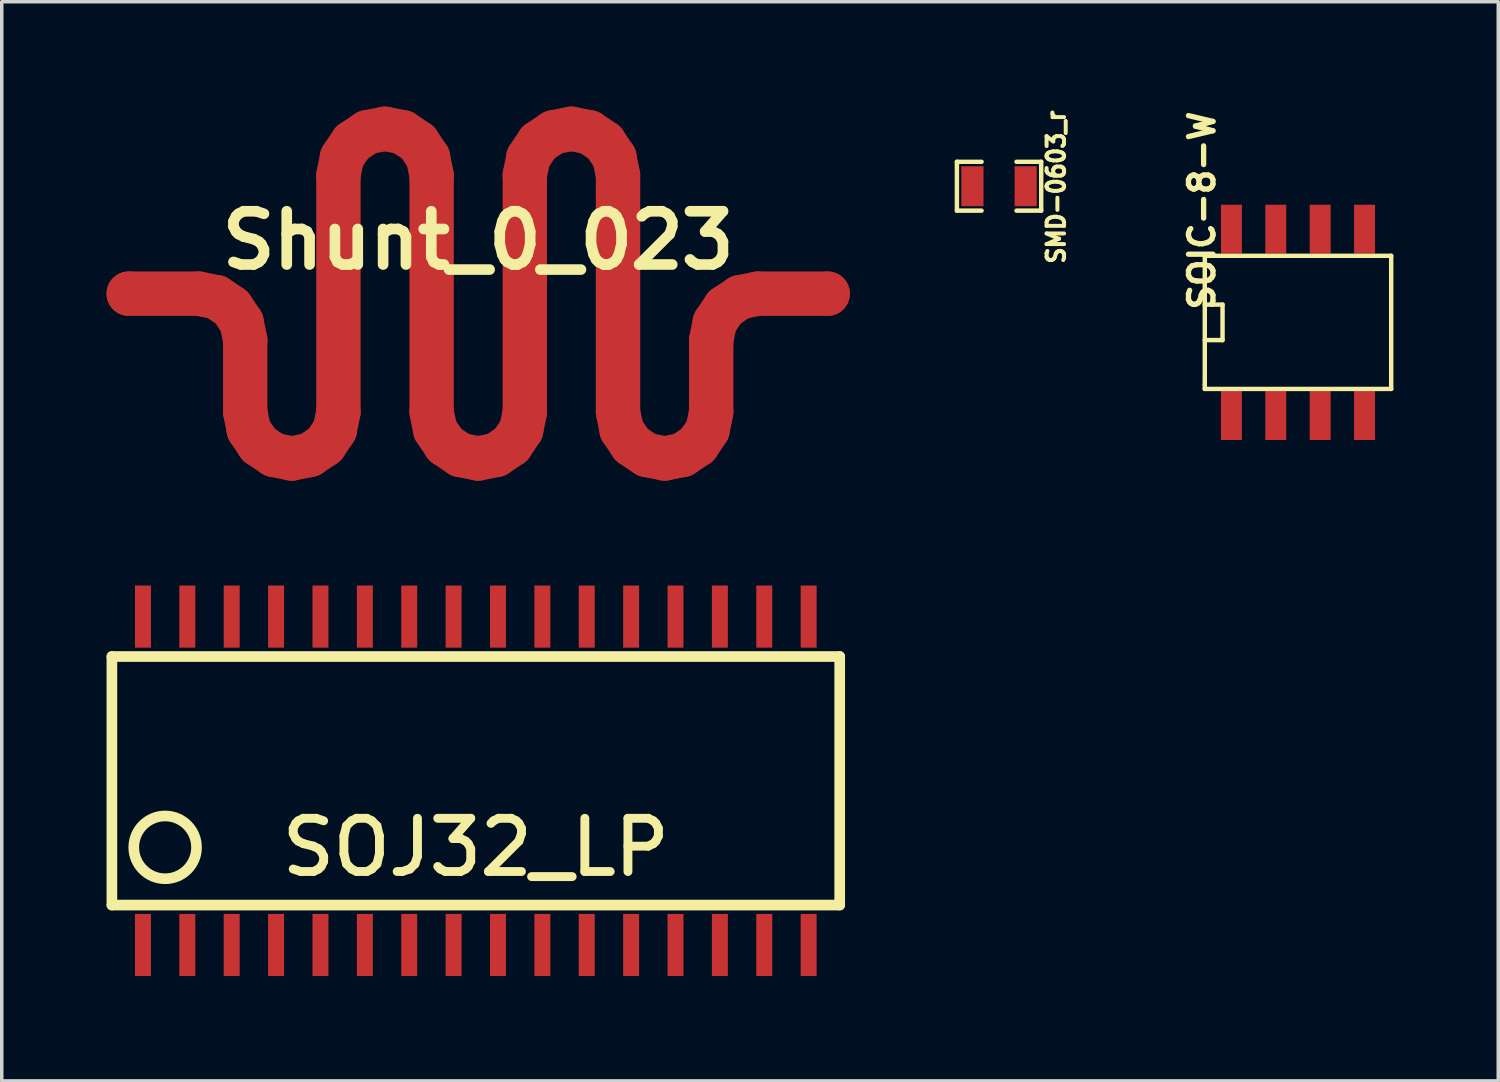
<source format=kicad_pcb>
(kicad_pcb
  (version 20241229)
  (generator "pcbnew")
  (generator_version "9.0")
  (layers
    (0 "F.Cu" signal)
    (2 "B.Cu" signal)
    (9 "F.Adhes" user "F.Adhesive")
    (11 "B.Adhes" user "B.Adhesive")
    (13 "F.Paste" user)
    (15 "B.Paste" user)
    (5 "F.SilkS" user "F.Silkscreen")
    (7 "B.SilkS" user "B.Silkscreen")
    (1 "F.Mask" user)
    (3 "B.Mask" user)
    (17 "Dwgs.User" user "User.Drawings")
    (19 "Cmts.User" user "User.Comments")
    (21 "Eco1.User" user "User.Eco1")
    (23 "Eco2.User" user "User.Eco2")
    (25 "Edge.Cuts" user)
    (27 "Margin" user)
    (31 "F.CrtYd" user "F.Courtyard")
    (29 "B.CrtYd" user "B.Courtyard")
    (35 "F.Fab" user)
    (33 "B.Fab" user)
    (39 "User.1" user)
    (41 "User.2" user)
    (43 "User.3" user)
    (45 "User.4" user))
  (footprint "Shunt_0_023"
    (layer "F.Cu")
    (at 20.635 5.354)
    (property "Reference" "Shunt_0_023" (at -10 -1.524 0) (layer "F.SilkS") (effects (font (size 1.524 1.524) (thickness 0.305))))
    (attr smd exclude_from_pos_files exclude_from_bom)
    (fp_line (start -20 0) (end -18.001 0) (stroke (width 1.27) (type solid)) (layer "F.Cu"))
    (fp_line (start -18.001 0) (end -17.49 0.102) (stroke (width 1.27) (type solid)) (layer "F.Cu"))
    (fp_line (start -17.49 0.102) (end -17.059 0.391) (stroke (width 1.27) (type solid)) (layer "F.Cu"))
    (fp_line (start -17.059 0.391) (end -16.769 0.823) (stroke (width 1.27) (type solid)) (layer "F.Cu"))
    (fp_line (start -16.769 0.823) (end -16.667 1.333) (stroke (width 1.27) (type solid)) (layer "F.Cu"))
    (fp_line (start -16.667 1.333) (end -16.667 3.383) (stroke (width 1.27) (type solid)) (layer "F.Cu"))
    (fp_line (start -16.667 3.383) (end -16.566 3.894) (stroke (width 1.27) (type solid)) (layer "F.Cu"))
    (fp_line (start -16.566 3.894) (end -16.276 4.326) (stroke (width 1.27) (type solid)) (layer "F.Cu"))
    (fp_line (start -16.276 4.326) (end -15.845 4.615) (stroke (width 1.27) (type solid)) (layer "F.Cu"))
    (fp_line (start -15.845 4.615) (end -15.334 4.717) (stroke (width 1.27) (type solid)) (layer "F.Cu"))
    (fp_line (start -15.334 4.717) (end -14.823 4.615) (stroke (width 1.27) (type solid)) (layer "F.Cu"))
    (fp_line (start -14.823 4.615) (end -14.392 4.326) (stroke (width 1.27) (type solid)) (layer "F.Cu"))
    (fp_line (start -14.392 4.326) (end -14.102 3.894) (stroke (width 1.27) (type solid)) (layer "F.Cu"))
    (fp_line (start -14.102 3.894) (end -14 3.383) (stroke (width 1.27) (type solid)) (layer "F.Cu"))
    (fp_line (start -14 -3.386) (end -13.899 -3.896) (stroke (width 1.27) (type solid)) (layer "F.Cu"))
    (fp_line (start -14 3.383) (end -14 -3.386) (stroke (width 1.27) (type solid)) (layer "F.Cu"))
    (fp_line (start -13.899 -3.896) (end -13.609 -4.328) (stroke (width 1.27) (type solid)) (layer "F.Cu"))
    (fp_line (start -13.609 -4.328) (end -13.178 -4.618) (stroke (width 1.27) (type solid)) (layer "F.Cu"))
    (fp_line (start -13.178 -4.618) (end -12.667 -4.719) (stroke (width 1.27) (type solid)) (layer "F.Cu"))
    (fp_line (start -12.667 -4.719) (end -12.156 -4.618) (stroke (width 1.27) (type solid)) (layer "F.Cu"))
    (fp_line (start -12.156 -4.618) (end -11.725 -4.328) (stroke (width 1.27) (type solid)) (layer "F.Cu"))
    (fp_line (start -11.725 -4.328) (end -11.435 -3.896) (stroke (width 1.27) (type solid)) (layer "F.Cu"))
    (fp_line (start -11.435 -3.896) (end -11.333 -3.386) (stroke (width 1.27) (type solid)) (layer "F.Cu"))
    (fp_line (start -11.333 -3.386) (end -11.333 3.383) (stroke (width 1.27) (type solid)) (layer "F.Cu"))
    (fp_line (start -11.333 3.383) (end -11.232 3.894) (stroke (width 1.27) (type solid)) (layer "F.Cu"))
    (fp_line (start -11.232 3.894) (end -10.942 4.326) (stroke (width 1.27) (type solid)) (layer "F.Cu"))
    (fp_line (start -10.942 4.326) (end -10.511 4.615) (stroke (width 1.27) (type solid)) (layer "F.Cu"))
    (fp_line (start -10.511 4.615) (end -10 4.717) (stroke (width 1.27) (type solid)) (layer "F.Cu"))
    (fp_line (start -10 4.717) (end -9.489 4.615) (stroke (width 1.27) (type solid)) (layer "F.Cu"))
    (fp_line (start -9.489 4.615) (end -9.058 4.326) (stroke (width 1.27) (type solid)) (layer "F.Cu"))
    (fp_line (start -9.058 4.326) (end -8.768 3.894) (stroke (width 1.27) (type solid)) (layer "F.Cu"))
    (fp_line (start -8.768 3.894) (end -8.666 3.383) (stroke (width 1.27) (type solid)) (layer "F.Cu"))
    (fp_line (start -8.666 -3.386) (end -8.565 -3.896) (stroke (width 1.27) (type solid)) (layer "F.Cu"))
    (fp_line (start -8.666 3.383) (end -8.666 -3.386) (stroke (width 1.27) (type solid)) (layer "F.Cu"))
    (fp_line (start -8.565 -3.896) (end -8.275 -4.328) (stroke (width 1.27) (type solid)) (layer "F.Cu"))
    (fp_line (start -8.275 -4.328) (end -7.844 -4.618) (stroke (width 1.27) (type solid)) (layer "F.Cu"))
    (fp_line (start -7.844 -4.618) (end -7.333 -4.719) (stroke (width 1.27) (type solid)) (layer "F.Cu"))
    (fp_line (start -7.333 -4.719) (end -6.822 -4.618) (stroke (width 1.27) (type solid)) (layer "F.Cu"))
    (fp_line (start -6.822 -4.618) (end -6.391 -4.328) (stroke (width 1.27) (type solid)) (layer "F.Cu"))
    (fp_line (start -6.391 -4.328) (end -6.101 -3.896) (stroke (width 1.27) (type solid)) (layer "F.Cu"))
    (fp_line (start -6.101 -3.896) (end -5.999 -3.386) (stroke (width 1.27) (type solid)) (layer "F.Cu"))
    (fp_line (start -5.999 -3.386) (end -5.999 3.383) (stroke (width 1.27) (type solid)) (layer "F.Cu"))
    (fp_line (start -5.999 3.383) (end -5.898 3.894) (stroke (width 1.27) (type solid)) (layer "F.Cu"))
    (fp_line (start -5.898 3.894) (end -5.608 4.326) (stroke (width 1.27) (type solid)) (layer "F.Cu"))
    (fp_line (start -5.608 4.326) (end -5.177 4.615) (stroke (width 1.27) (type solid)) (layer "F.Cu"))
    (fp_line (start -5.177 4.615) (end -4.666 4.717) (stroke (width 1.27) (type solid)) (layer "F.Cu"))
    (fp_line (start -4.666 4.717) (end -4.155 4.615) (stroke (width 1.27) (type solid)) (layer "F.Cu"))
    (fp_line (start -4.155 4.615) (end -3.724 4.326) (stroke (width 1.27) (type solid)) (layer "F.Cu"))
    (fp_line (start -3.724 4.326) (end -3.434 3.894) (stroke (width 1.27) (type solid)) (layer "F.Cu"))
    (fp_line (start -3.434 3.894) (end -3.332 3.383) (stroke (width 1.27) (type solid)) (layer "F.Cu"))
    (fp_line (start -3.332 1.333) (end -3.231 0.823) (stroke (width 1.27) (type solid)) (layer "F.Cu"))
    (fp_line (start -3.332 3.383) (end -3.332 1.333) (stroke (width 1.27) (type solid)) (layer "F.Cu"))
    (fp_line (start -3.231 0.823) (end -2.941 0.391) (stroke (width 1.27) (type solid)) (layer "F.Cu"))
    (fp_line (start -2.941 0.391) (end -2.51 0.102) (stroke (width 1.27) (type solid)) (layer "F.Cu"))
    (fp_line (start -2.51 0.102) (end -1.999 0) (stroke (width 1.27) (type solid)) (layer "F.Cu"))
    (fp_line (start -1.999 0) (end 0 0) (stroke (width 1.27) (type solid)) (layer "F.Cu"))
    (pad "1" smd circle (at 0 0) (size 1.27 1.27) (layers "F.Cu"))
    (pad "2" smd circle (at -20 0) (size 1.27 1.27) (layers "F.Cu")))
  (footprint "SOJ32_LP"
    (layer "F.Cu")
    (at 10.566 19.294)
    (property "Reference" "SOJ32_LP" (at 0 1.905 0) (layer "F.SilkS") (effects (font (size 1.524 1.524) (thickness 0.254))))
    (attr smd)
    (fp_line (start -10.414 -3.556) (end 10.414 -3.556) (stroke (width 0.305) (type solid)) (layer "F.SilkS"))
    (fp_line (start -10.414 3.556) (end -10.414 -3.556) (stroke (width 0.305) (type solid)) (layer "F.SilkS"))
    (fp_line (start 10.414 -3.556) (end 10.414 3.556) (stroke (width 0.305) (type solid)) (layer "F.SilkS"))
    (fp_line (start 10.414 3.556) (end -10.414 3.556) (stroke (width 0.305) (type solid)) (layer "F.SilkS"))
    (fp_circle (center -8.89 1.905) (end -9.525 1.27) (stroke (width 0.305) (type solid)) (fill no) (layer "F.SilkS"))
    (pad "1" smd rect (at -9.525 4.699) (size 0.457 1.778) (layers "F.Cu" "F.Mask" "F.Paste"))
    (pad "2" smd rect (at -8.255 4.699) (size 0.457 1.778) (layers "F.Cu" "F.Mask" "F.Paste"))
    (pad "3" smd rect (at -6.985 4.699) (size 0.457 1.778) (layers "F.Cu" "F.Mask" "F.Paste"))
    (pad "4" smd rect (at -5.715 4.699) (size 0.457 1.778) (layers "F.Cu" "F.Mask" "F.Paste"))
    (pad "5" smd rect (at -4.445 4.699) (size 0.457 1.778) (layers "F.Cu" "F.Mask" "F.Paste"))
    (pad "6" smd rect (at -3.175 4.699) (size 0.457 1.778) (layers "F.Cu" "F.Mask" "F.Paste"))
    (pad "7" smd rect (at -1.905 4.699) (size 0.457 1.778) (layers "F.Cu" "F.Mask" "F.Paste"))
    (pad "8" smd rect (at -0.635 4.699) (size 0.457 1.778) (layers "F.Cu" "F.Mask" "F.Paste"))
    (pad "9" smd rect (at 0.635 4.699) (size 0.457 1.778) (layers "F.Cu" "F.Mask" "F.Paste"))
    (pad "10" smd rect (at 1.905 4.699) (size 0.457 1.778) (layers "F.Cu" "F.Mask" "F.Paste"))
    (pad "11" smd rect (at 3.175 4.699) (size 0.457 1.778) (layers "F.Cu" "F.Mask" "F.Paste"))
    (pad "12" smd rect (at 4.445 4.699) (size 0.457 1.778) (layers "F.Cu" "F.Mask" "F.Paste"))
    (pad "13" smd rect (at 5.715 4.699) (size 0.457 1.778) (layers "F.Cu" "F.Mask" "F.Paste"))
    (pad "14" smd rect (at 6.985 4.699) (size 0.457 1.778) (layers "F.Cu" "F.Mask" "F.Paste"))
    (pad "15" smd rect (at 8.255 4.699) (size 0.457 1.778) (layers "F.Cu" "F.Mask" "F.Paste"))
    (pad "16" smd rect (at 9.525 4.699) (size 0.457 1.778) (layers "F.Cu" "F.Mask" "F.Paste"))
    (pad "17" smd rect (at 9.525 -4.699) (size 0.457 1.778) (layers "F.Cu" "F.Mask" "F.Paste"))
    (pad "18" smd rect (at 8.255 -4.699) (size 0.457 1.778) (layers "F.Cu" "F.Mask" "F.Paste"))
    (pad "19" smd rect (at 6.985 -4.699) (size 0.457 1.778) (layers "F.Cu" "F.Mask" "F.Paste"))
    (pad "20" smd rect (at 5.715 -4.699) (size 0.457 1.778) (layers "F.Cu" "F.Mask" "F.Paste"))
    (pad "21" smd rect (at 4.445 -4.699) (size 0.457 1.778) (layers "F.Cu" "F.Mask" "F.Paste"))
    (pad "22" smd rect (at 3.175 -4.699) (size 0.457 1.778) (layers "F.Cu" "F.Mask" "F.Paste"))
    (pad "23" smd rect (at 1.905 -4.699) (size 0.457 1.778) (layers "F.Cu" "F.Mask" "F.Paste"))
    (pad "24" smd rect (at 0.635 -4.699) (size 0.457 1.778) (layers "F.Cu" "F.Mask" "F.Paste"))
    (pad "25" smd rect (at -0.635 -4.699) (size 0.457 1.778) (layers "F.Cu" "F.Mask" "F.Paste"))
    (pad "26" smd rect (at -1.905 -4.699) (size 0.457 1.778) (layers "F.Cu" "F.Mask" "F.Paste"))
    (pad "27" smd rect (at -3.175 -4.699) (size 0.457 1.778) (layers "F.Cu" "F.Mask" "F.Paste"))
    (pad "28" smd rect (at -4.445 -4.699) (size 0.457 1.778) (layers "F.Cu" "F.Mask" "F.Paste"))
    (pad "29" smd rect (at -5.715 -4.699) (size 0.457 1.778) (layers "F.Cu" "F.Mask" "F.Paste"))
    (pad "30" smd rect (at -6.985 -4.699) (size 0.457 1.778) (layers "F.Cu" "F.Mask" "F.Paste"))
    (pad "31" smd rect (at -8.255 -4.699) (size 0.457 1.778) (layers "F.Cu" "F.Mask" "F.Paste"))
    (pad "32" smd rect (at -9.525 -4.699) (size 0.457 1.778) (layers "F.Cu" "F.Mask" "F.Paste")))
  (footprint "SMD-0603_r"
    (layer "F.Cu")
    (at 25.54 2.279)
    (property "Reference" "SMD-0603_r" (at 1.635 0.024 90) (layer "F.SilkS") (effects (font (size 0.5 0.457) (thickness 0.114))))
    (attr smd)
    (fp_line (start -1.206 -0.699) (end -1.206 0.699) (stroke (width 0.127) (type solid)) (layer "F.SilkS"))
    (fp_line (start -1.206 0.699) (end -0.5 0.699) (stroke (width 0.127) (type solid)) (layer "F.SilkS"))
    (fp_line (start -0.5 -0.699) (end -1.206 -0.699) (stroke (width 0.127) (type solid)) (layer "F.SilkS"))
    (fp_line (start 1.206 -0.699) (end 0.5 -0.699) (stroke (width 0.127) (type solid)) (layer "F.SilkS"))
    (fp_line (start 1.206 -0.699) (end 1.206 0.699) (stroke (width 0.127) (type solid)) (layer "F.SilkS"))
    (fp_line (start 1.206 0.699) (end 0.5 0.699) (stroke (width 0.127) (type solid)) (layer "F.SilkS"))
    (pad "1" smd rect (at -0.762 0) (size 0.635 1.143) (layers "F.Cu" "F.Mask" "F.Paste"))
    (pad "2" smd rect (at 0.762 0) (size 0.635 1.143) (layers "F.Cu" "F.Mask" "F.Paste")))
  (footprint "SOIC-8-W"
    (layer "F.Cu")
    (at 34.095 6.175)
    (property "Reference" "SOIC-8-W" (at -2.75 -3.2 90) (layer "F.SilkS") (effects (font (size 0.7 0.7) (thickness 0.152))))
    (attr smd)
    (fp_line (start -2.667 -1.905) (end -2.667 1.778) (stroke (width 0.127) (type solid)) (layer "F.SilkS"))
    (fp_line (start -2.667 -0.508) (end -2.159 -0.508) (stroke (width 0.127) (type solid)) (layer "F.SilkS"))
    (fp_line (start -2.667 1.778) (end -2.667 1.905) (stroke (width 0.127) (type solid)) (layer "F.SilkS"))
    (fp_line (start -2.667 1.905) (end 2.667 1.905) (stroke (width 0.127) (type solid)) (layer "F.SilkS"))
    (fp_line (start -2.159 -0.508) (end -2.159 0.508) (stroke (width 0.127) (type solid)) (layer "F.SilkS"))
    (fp_line (start -2.159 0.508) (end -2.667 0.508) (stroke (width 0.127) (type solid)) (layer "F.SilkS"))
    (fp_line (start 2.667 -1.905) (end -2.667 -1.905) (stroke (width 0.127) (type solid)) (layer "F.SilkS"))
    (fp_line (start 2.667 -1.905) (end 2.667 1.905) (stroke (width 0.127) (type solid)) (layer "F.SilkS"))
    (pad "1" smd rect (at -1.905 2.667) (size 0.599 1.4) (layers "F.Cu" "F.Mask" "F.Paste"))
    (pad "2" smd rect (at -0.635 2.667) (size 0.599 1.4) (layers "F.Cu" "F.Mask" "F.Paste"))
    (pad "3" smd rect (at 0.635 2.667) (size 0.599 1.4) (layers "F.Cu" "F.Mask" "F.Paste"))
    (pad "4" smd rect (at 1.905 2.667) (size 0.599 1.4) (layers "F.Cu" "F.Mask" "F.Paste"))
    (pad "5" smd rect (at 1.905 -2.667) (size 0.599 1.4) (layers "F.Cu" "F.Mask" "F.Paste"))
    (pad "6" smd rect (at 0.635 -2.667) (size 0.599 1.4) (layers "F.Cu" "F.Mask" "F.Paste"))
    (pad "7" smd rect (at -0.635 -2.667) (size 0.599 1.4) (layers "F.Cu" "F.Mask" "F.Paste"))
    (pad "8" smd rect (at -1.905 -2.667) (size 0.599 1.4) (layers "F.Cu" "F.Mask" "F.Paste")))
  (gr_rect
    (start -3 -3)
    (end 39.826 27.882)
    (stroke (width 0.1) (type default))
    (fill no)
    (layer "Edge.Cuts")))
</source>
